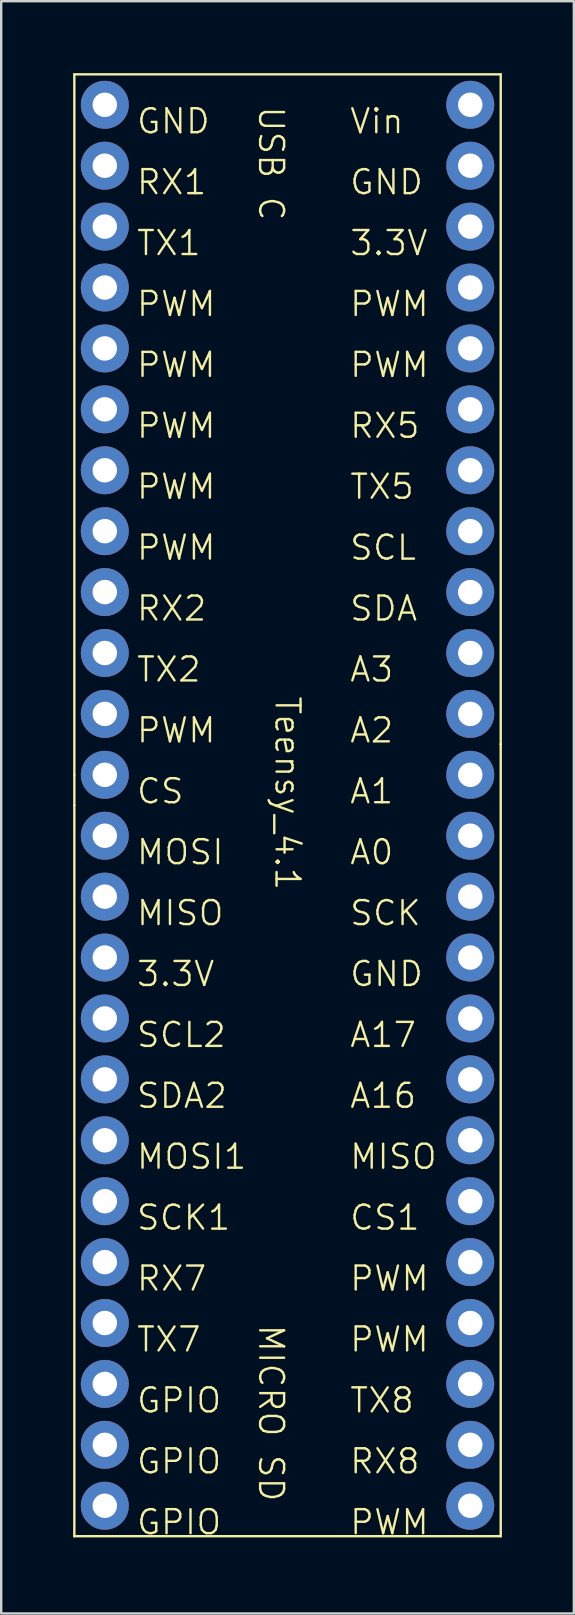
<source format=kicad_pcb>
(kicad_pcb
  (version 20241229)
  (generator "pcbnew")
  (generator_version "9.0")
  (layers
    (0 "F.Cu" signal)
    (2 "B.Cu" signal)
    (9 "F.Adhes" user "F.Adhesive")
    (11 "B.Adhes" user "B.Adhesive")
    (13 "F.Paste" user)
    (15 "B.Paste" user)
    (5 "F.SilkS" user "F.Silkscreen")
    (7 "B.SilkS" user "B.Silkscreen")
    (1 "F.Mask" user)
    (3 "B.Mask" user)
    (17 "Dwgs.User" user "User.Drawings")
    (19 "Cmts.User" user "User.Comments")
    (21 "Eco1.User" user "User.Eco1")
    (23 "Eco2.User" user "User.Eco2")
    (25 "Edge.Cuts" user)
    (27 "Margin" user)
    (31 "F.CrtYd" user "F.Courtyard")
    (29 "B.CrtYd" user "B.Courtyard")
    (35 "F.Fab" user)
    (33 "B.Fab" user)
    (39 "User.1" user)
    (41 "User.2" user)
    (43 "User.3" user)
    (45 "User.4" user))
  (footprint "Teensy_4.1"
    (layer "F.Cu")
    (at 8.94 30.53)
    (property "Reference" "Teensy_4.1" (at 0 -0.5 270) (unlocked yes) (layer "F.SilkS") (effects (font (size 1 1) (thickness 0.1))))
    (attr through_hole)
    (fp_line (start -8.89 -1.27) (end -8.89 -30.48) (stroke (width 0.1) (type default)) (layer "F.SilkS"))
    (fp_line (start -8.89 -1.27) (end -8.89 0) (stroke (width 0.1) (type default)) (layer "F.SilkS"))
    (fp_line (start -8.89 0) (end -8.89 30.48) (stroke (width 0.1) (type default)) (layer "F.SilkS"))
    (fp_line (start -8.89 30.48) (end 8.89 30.48) (stroke (width 0.1) (type default)) (layer "F.SilkS"))
    (fp_line (start 8.89 -30.48) (end -8.89 -30.48) (stroke (width 0.1) (type default)) (layer "F.SilkS"))
    (fp_line (start 8.89 -30.48) (end 8.89 -2.54) (stroke (width 0.1) (type default)) (layer "F.SilkS"))
    (fp_line (start 8.89 30.48) (end 8.89 -2.54) (stroke (width 0.1) (type default)) (layer "F.SilkS"))
    (fp_text user "PWM" (at -6.35 -15.24 0) (unlocked yes) (layer "F.SilkS") (effects (font (size 1 1) (thickness 0.1)) (justify left bottom)))
    (fp_text user "GPIO" (at -6.35 30.48 0) (unlocked yes) (layer "F.SilkS") (effects (font (size 1 1) (thickness 0.1)) (justify left bottom)))
    (fp_text user "A3" (at 2.54 -5.08 0) (unlocked yes) (layer "F.SilkS") (effects (font (size 1 1) (thickness 0.1)) (justify left bottom)))
    (fp_text user "MOSI" (at -6.35 2.54 0) (unlocked yes) (layer "F.SilkS") (effects (font (size 1 1) (thickness 0.1)) (justify left bottom)))
    (fp_text user "3.3V" (at 2.54 -22.86 0) (unlocked yes) (layer "F.SilkS") (effects (font (size 1 1) (thickness 0.1)) (justify left bottom)))
    (fp_text user "PWM" (at -6.35 -10.16 0) (unlocked yes) (layer "F.SilkS") (effects (font (size 1 1) (thickness 0.1)) (justify left bottom)))
    (fp_text user "TX1" (at -6.35 -22.86 0) (unlocked yes) (layer "F.SilkS") (effects (font (size 1 1) (thickness 0.1)) (justify left bottom)))
    (fp_text user "SCL" (at 2.54 -10.16 0) (unlocked yes) (layer "F.SilkS") (effects (font (size 1 1) (thickness 0.1)) (justify left bottom)))
    (fp_text user "SCL2" (at -6.35 10.16 0) (unlocked yes) (layer "F.SilkS") (effects (font (size 1 1) (thickness 0.1)) (justify left bottom)))
    (fp_text user "3.3V" (at -6.35 7.62 0) (unlocked yes) (layer "F.SilkS") (effects (font (size 1 1) (thickness 0.1)) (justify left bottom)))
    (fp_text user "TX2" (at -6.35 -5.08 0) (unlocked yes) (layer "F.SilkS") (effects (font (size 1 1) (thickness 0.1)) (justify left bottom)))
    (fp_text user "RX2" (at -6.35 -7.62 0) (unlocked yes) (layer "F.SilkS") (effects (font (size 1 1) (thickness 0.1)) (justify left bottom)))
    (fp_text user "TX8" (at 2.54 25.4 0) (unlocked yes) (layer "F.SilkS") (effects (font (size 1 1) (thickness 0.1)) (justify left bottom)))
    (fp_text user "PWM" (at 2.54 30.48 0) (unlocked yes) (layer "F.SilkS") (effects (font (size 1 1) (thickness 0.1)) (justify left bottom)))
    (fp_text user "CS" (at -6.35 0 0) (unlocked yes) (layer "F.SilkS") (effects (font (size 1 1) (thickness 0.1)) (justify left bottom)))
    (fp_text user "RX1" (at -6.35 -25.4 0) (unlocked yes) (layer "F.SilkS") (effects (font (size 1 1) (thickness 0.1)) (justify left bottom)))
    (fp_text user "MICRO SD" (at -1.27 21.59 270) (unlocked yes) (layer "F.SilkS") (effects (font (size 1 1) (thickness 0.1)) (justify left bottom)))
    (fp_text user "SCK1" (at -6.35 17.78 0) (unlocked yes) (layer "F.SilkS") (effects (font (size 1 1) (thickness 0.1)) (justify left bottom)))
    (fp_text user "A2" (at 2.54 -2.54 0) (unlocked yes) (layer "F.SilkS") (effects (font (size 1 1) (thickness 0.1)) (justify left bottom)))
    (fp_text user "TX7" (at -6.35 22.86 0) (unlocked yes) (layer "F.SilkS") (effects (font (size 1 1) (thickness 0.1)) (justify left bottom)))
    (fp_text user "GND" (at 2.54 -25.4 0) (unlocked yes) (layer "F.SilkS") (effects (font (size 1 1) (thickness 0.1)) (justify left bottom)))
    (fp_text user "RX8" (at 2.54 27.94 0) (unlocked yes) (layer "F.SilkS") (effects (font (size 1 1) (thickness 0.1)) (justify left bottom)))
    (fp_text user "MOSI1" (at -6.35 15.24 0) (unlocked yes) (layer "F.SilkS") (effects (font (size 1 1) (thickness 0.1)) (justify left bottom)))
    (fp_text user "PWM" (at 2.54 20.32 0) (unlocked yes) (layer "F.SilkS") (effects (font (size 1 1) (thickness 0.1)) (justify left bottom)))
    (fp_text user "A0" (at 2.54 2.54 0) (unlocked yes) (layer "F.SilkS") (effects (font (size 1 1) (thickness 0.1)) (justify left bottom)))
    (fp_text user "TX5" (at 2.54 -12.7 0) (unlocked yes) (layer "F.SilkS") (effects (font (size 1 1) (thickness 0.1)) (justify left bottom)))
    (fp_text user "PWM" (at -6.35 -17.78 0) (unlocked yes) (layer "F.SilkS") (effects (font (size 1 1) (thickness 0.1)) (justify left bottom)))
    (fp_text user "A1" (at 2.54 0 0) (unlocked yes) (layer "F.SilkS") (effects (font (size 1 1) (thickness 0.1)) (justify left bottom)))
    (fp_text user "PWM" (at -6.35 -20.32 0) (unlocked yes) (layer "F.SilkS") (effects (font (size 1 1) (thickness 0.1)) (justify left bottom)))
    (fp_text user "RX5" (at 2.54 -15.24 0) (unlocked yes) (layer "F.SilkS") (effects (font (size 1 1) (thickness 0.1)) (justify left bottom)))
    (fp_text user "PWM" (at 2.54 -20.32 0) (unlocked yes) (layer "F.SilkS") (effects (font (size 1 1) (thickness 0.1)) (justify left bottom)))
    (fp_text user "MISO" (at 2.54 15.24 0) (unlocked yes) (layer "F.SilkS") (effects (font (size 1 1) (thickness 0.1)) (justify left bottom)))
    (fp_text user "CS1" (at 2.54 17.78 0) (unlocked yes) (layer "F.SilkS") (effects (font (size 1 1) (thickness 0.1)) (justify left bottom)))
    (fp_text user "GND" (at 2.54 7.62 0) (unlocked yes) (layer "F.SilkS") (effects (font (size 1 1) (thickness 0.1)) (justify left bottom)))
    (fp_text user "PWM" (at 2.54 -17.78 0) (unlocked yes) (layer "F.SilkS") (effects (font (size 1 1) (thickness 0.1)) (justify left bottom)))
    (fp_text user "SDA2" (at -6.35 12.7 0) (unlocked yes) (layer "F.SilkS") (effects (font (size 1 1) (thickness 0.1)) (justify left bottom)))
    (fp_text user "A16" (at 2.54 12.7 0) (unlocked yes) (layer "F.SilkS") (effects (font (size 1 1) (thickness 0.1)) (justify left bottom)))
    (fp_text user "GPIO" (at -6.35 27.94 0) (unlocked yes) (layer "F.SilkS") (effects (font (size 1 1) (thickness 0.1)) (justify left bottom)))
    (fp_text user "SDA" (at 2.54 -7.62 0) (unlocked yes) (layer "F.SilkS") (effects (font (size 1 1) (thickness 0.1)) (justify left bottom)))
    (fp_text user "RX7" (at -6.35 20.32 0) (unlocked yes) (layer "F.SilkS") (effects (font (size 1 1) (thickness 0.1)) (justify left bottom)))
    (fp_text user "A17" (at 2.54 10.16 0) (unlocked yes) (layer "F.SilkS") (effects (font (size 1 1) (thickness 0.1)) (justify left bottom)))
    (fp_text user "Vin" (at 2.54 -27.94 0) (unlocked yes) (layer "F.SilkS") (effects (font (size 1 1) (thickness 0.1)) (justify left bottom)))
    (fp_text user "GPIO" (at -6.35 25.4 0) (unlocked yes) (layer "F.SilkS") (effects (font (size 1 1) (thickness 0.1)) (justify left bottom)))
    (fp_text user "USB C" (at -1.27 -29.21 270) (unlocked yes) (layer "F.SilkS") (effects (font (size 1 1) (thickness 0.1)) (justify left bottom)))
    (fp_text user "MISO" (at -6.35 5.08 0) (unlocked yes) (layer "F.SilkS") (effects (font (size 1 1) (thickness 0.1)) (justify left bottom)))
    (fp_text user "PWM" (at -6.35 -12.7 0) (unlocked yes) (layer "F.SilkS") (effects (font (size 1 1) (thickness 0.1)) (justify left bottom)))
    (fp_text user "PWM" (at -6.35 -2.54 0) (unlocked yes) (layer "F.SilkS") (effects (font (size 1 1) (thickness 0.1)) (justify left bottom)))
    (fp_text user "SCK" (at 2.54 5.08 0) (unlocked yes) (layer "F.SilkS") (effects (font (size 1 1) (thickness 0.1)) (justify left bottom)))
    (fp_text user "GND" (at -6.35 -27.94 0) (unlocked yes) (layer "F.SilkS") (effects (font (size 1 1) (thickness 0.1)) (justify left bottom)))
    (fp_text user "PWM" (at 2.54 22.86 0) (unlocked yes) (layer "F.SilkS") (effects (font (size 1 1) (thickness 0.1)) (justify left bottom)))
    (pad "0" thru_hole circle (at -7.62 -29.21) (size 2 2) (drill 1.02) (layers "*.Cu" "*.Mask"))
    (pad "1" thru_hole circle (at -7.62 -26.67) (size 2 2) (drill 1.02) (layers "*.Cu" "*.Mask"))
    (pad "2" thru_hole circle (at -7.62 -24.13) (size 2 2) (drill 1.02) (layers "*.Cu" "*.Mask"))
    (pad "3" thru_hole circle (at -7.62 -21.59) (size 2 2) (drill 1.02) (layers "*.Cu" "*.Mask"))
    (pad "4" thru_hole circle (at -7.62 -19.05) (size 2 2) (drill 1.02) (layers "*.Cu" "*.Mask"))
    (pad "5" thru_hole circle (at -7.62 -16.51) (size 2 2) (drill 1.02) (layers "*.Cu" "*.Mask"))
    (pad "6" thru_hole circle (at -7.62 -13.97) (size 2 2) (drill 1.02) (layers "*.Cu" "*.Mask"))
    (pad "7" thru_hole circle (at -7.62 -11.43) (size 2 2) (drill 1.02) (layers "*.Cu" "*.Mask"))
    (pad "8" thru_hole circle (at -7.62 -8.89) (size 2 2) (drill 1.02) (layers "*.Cu" "*.Mask"))
    (pad "9" thru_hole circle (at -7.62 -6.35) (size 2 2) (drill 1.02) (layers "*.Cu" "*.Mask"))
    (pad "10" thru_hole circle (at -7.62 -3.81) (size 2 2) (drill 1.02) (layers "*.Cu" "*.Mask"))
    (pad "11" thru_hole circle (at -7.62 -1.27) (size 2 2) (drill 1.02) (layers "*.Cu" "*.Mask"))
    (pad "12" thru_hole circle (at -7.62 1.27) (size 2 2) (drill 1.02) (layers "*.Cu" "*.Mask"))
    (pad "13" thru_hole circle (at -7.62 3.81) (size 2 2) (drill 1.02) (layers "*.Cu" "*.Mask"))
    (pad "14" thru_hole circle (at -7.62 6.35) (size 2 2) (drill 1.02) (layers "*.Cu" "*.Mask"))
    (pad "15" thru_hole circle (at -7.62 8.89) (size 2 2) (drill 1.02) (layers "*.Cu" "*.Mask"))
    (pad "16" thru_hole circle (at -7.62 11.43) (size 2 2) (drill 1.02) (layers "*.Cu" "*.Mask"))
    (pad "17" thru_hole circle (at -7.62 13.97) (size 2 2) (drill 1.02) (layers "*.Cu" "*.Mask"))
    (pad "18" thru_hole circle (at -7.62 16.51) (size 2 2) (drill 1.02) (layers "*.Cu" "*.Mask"))
    (pad "19" thru_hole circle (at -7.62 19.05) (size 2 2) (drill 1.02) (layers "*.Cu" "*.Mask"))
    (pad "20" thru_hole circle (at -7.62 21.59) (size 2 2) (drill 1.02) (layers "*.Cu" "*.Mask"))
    (pad "21" thru_hole circle (at -7.62 24.13) (size 2 2) (drill 1.02) (layers "*.Cu" "*.Mask"))
    (pad "22" thru_hole circle (at -7.62 26.67) (size 2 2) (drill 1.02) (layers "*.Cu" "*.Mask"))
    (pad "23" thru_hole circle (at -7.62 29.21) (size 2 2) (drill 1.02) (layers "*.Cu" "*.Mask"))
    (pad "24" thru_hole circle (at 7.62 29.21) (size 2 2) (drill 1.02) (layers "*.Cu" "*.Mask"))
    (pad "25" thru_hole circle (at 7.62 26.67) (size 2 2) (drill 1.02) (layers "*.Cu" "*.Mask"))
    (pad "26" thru_hole circle (at 7.62 24.13) (size 2 2) (drill 1.02) (layers "*.Cu" "*.Mask"))
    (pad "27" thru_hole circle (at 7.62 21.59) (size 2 2) (drill 1.02) (layers "*.Cu" "*.Mask"))
    (pad "28" thru_hole circle (at 7.62 19.05) (size 2 2) (drill 1.02) (layers "*.Cu" "*.Mask"))
    (pad "29" thru_hole circle (at 7.62 16.51) (size 2 2) (drill 1.02) (layers "*.Cu" "*.Mask"))
    (pad "30" thru_hole circle (at 7.62 13.97) (size 2 2) (drill 1.02) (layers "*.Cu" "*.Mask"))
    (pad "31" thru_hole circle (at 7.62 11.43) (size 2 2) (drill 1.02) (layers "*.Cu" "*.Mask"))
    (pad "32" thru_hole circle (at 7.62 8.89) (size 2 2) (drill 1.02) (layers "*.Cu" "*.Mask"))
    (pad "33" thru_hole circle (at 7.62 6.35) (size 2 2) (drill 1.02) (layers "*.Cu" "*.Mask"))
    (pad "34" thru_hole circle (at 7.62 3.81) (size 2 2) (drill 1.02) (layers "*.Cu" "*.Mask"))
    (pad "35" thru_hole circle (at 7.62 1.27) (size 2 2) (drill 1.02) (layers "*.Cu" "*.Mask"))
    (pad "36" thru_hole circle (at 7.62 -1.27) (size 2 2) (drill 1.02) (layers "*.Cu" "*.Mask"))
    (pad "37" thru_hole circle (at 7.62 -3.81) (size 2 2) (drill 1.02) (layers "*.Cu" "*.Mask"))
    (pad "38" thru_hole circle (at 7.62 -6.35) (size 2 2) (drill 1.02) (layers "*.Cu" "*.Mask"))
    (pad "39" thru_hole circle (at 7.62 -8.89) (size 2 2) (drill 1.02) (layers "*.Cu" "*.Mask"))
    (pad "40" thru_hole circle (at 7.62 -11.43) (size 2 2) (drill 1.02) (layers "*.Cu" "*.Mask"))
    (pad "41" thru_hole circle (at 7.62 -13.97) (size 2 2) (drill 1.02) (layers "*.Cu" "*.Mask"))
    (pad "42" thru_hole circle (at 7.62 -16.51) (size 2 2) (drill 1.02) (layers "*.Cu" "*.Mask"))
    (pad "43" thru_hole circle (at 7.62 -19.05) (size 2 2) (drill 1.02) (layers "*.Cu" "*.Mask"))
    (pad "44" thru_hole circle (at 7.62 -21.59) (size 2 2) (drill 1.02) (layers "*.Cu" "*.Mask"))
    (pad "45" thru_hole circle (at 7.62 -24.13) (size 2 2) (drill 1.02) (layers "*.Cu" "*.Mask"))
    (pad "46" thru_hole circle (at 7.62 -26.67) (size 2 2) (drill 1.02) (layers "*.Cu" "*.Mask"))
    (pad "47" thru_hole circle (at 7.62 -29.21) (size 2 2) (drill 1.02) (layers "*.Cu" "*.Mask")))
  (gr_rect
    (start -3 -3)
    (end 20.88 64.231)
    (stroke (width 0.1) (type default))
    (fill no)
    (layer "Edge.Cuts")))
</source>
